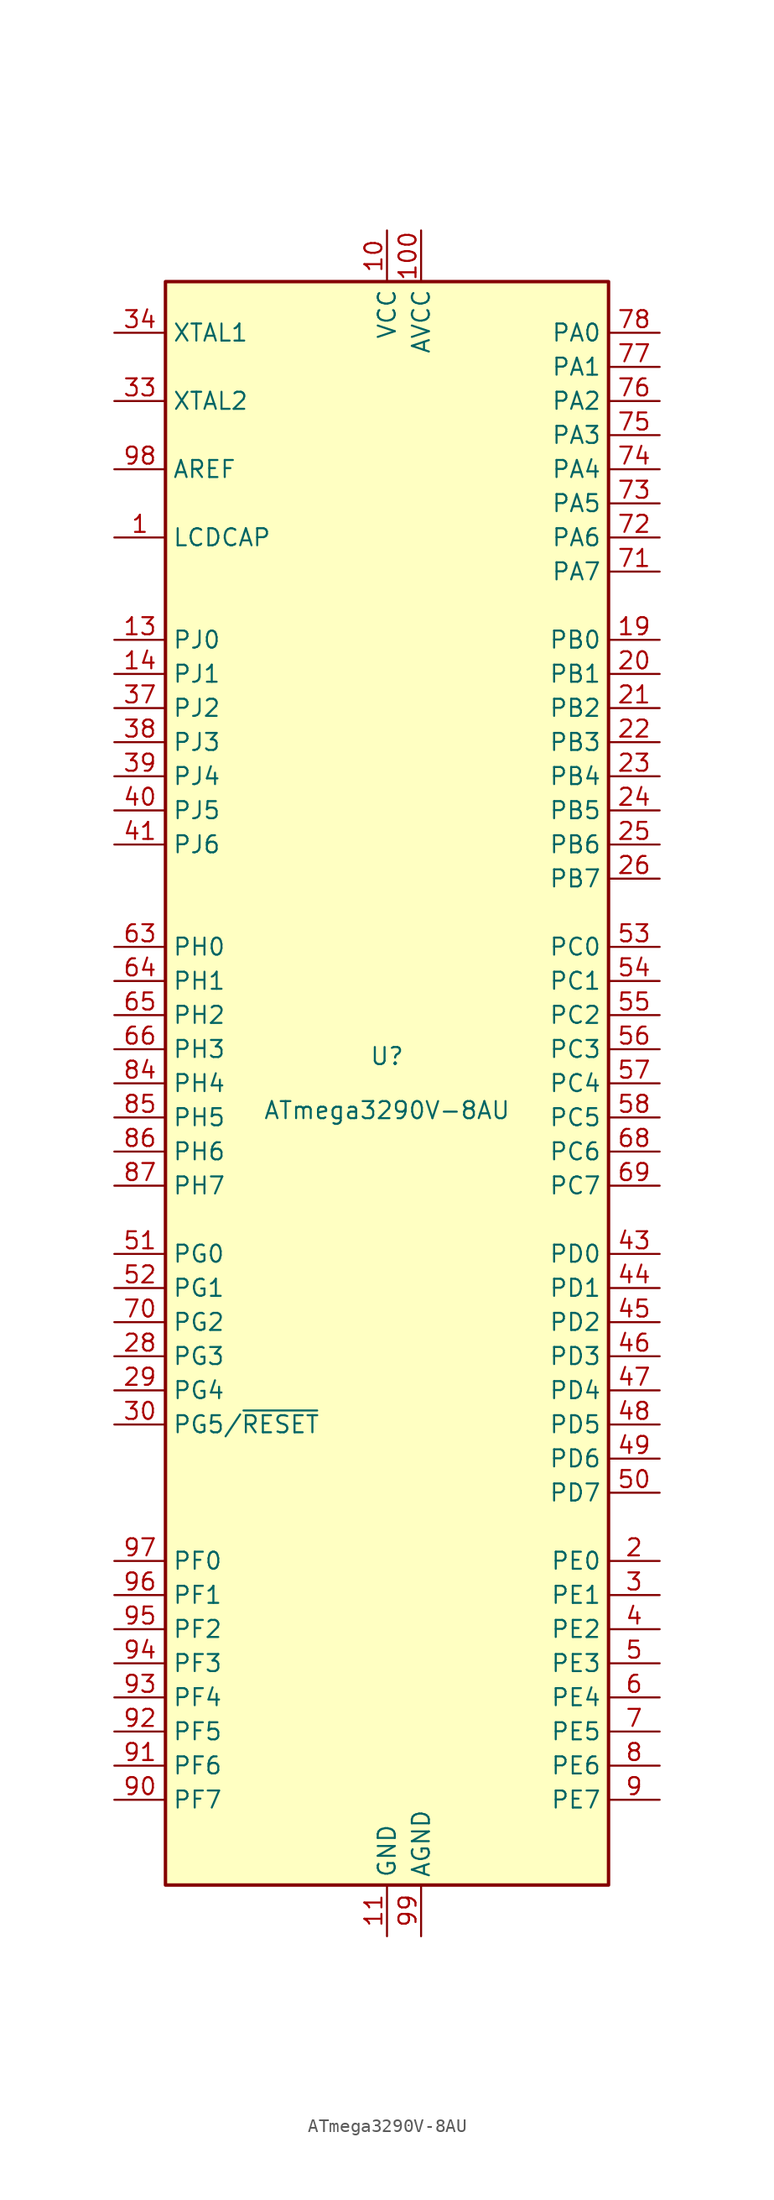
<source format=kicad_sym>
(kicad_symbol_lib
  (version 20211014)
  (generator kicad_symbol_editor)
  (symbol "ATmega3290V-8AU"
    (property "Reference" "U"
      (at 0 1.27 0)
      (effects (font (size 1.27 1.27)) (justify bottom)))
    (property "Value" "ATmega3290V-8AU"
      (at 0 -1.27 0)
      (effects (font (size 1.27 1.27)) (justify top)))
    (symbol "ATmega3290V-8AU_0_1"
      (rectangle (start -16.51 -59.69) (end 16.51 59.69) (stroke (width 0.254) (type default) (color 0 0 0 0)) (fill (type background))))
    (symbol "ATmega3290V-8AU_1_1"
      (pin passive line (at -20.32 40.64 0) (length 3.81) (name "LCDCAP" (effects (font (size 1.27 1.27)))) (number "1" (effects (font (size 1.27 1.27)))))
      (pin power_in line (at 0 63.5 270) (length 3.81) (name "VCC" (effects (font (size 1.27 1.27)))) (number "10" (effects (font (size 1.27 1.27)))))
      (pin power_in line (at 2.54 63.5 270) (length 3.81) (name "AVCC" (effects (font (size 1.27 1.27)))) (number "100" (effects (font (size 1.27 1.27)))))
      (pin power_in line (at 0 -63.5 90) (length 3.81) (name "GND" (effects (font (size 1.27 1.27)))) (number "11" (effects (font (size 1.27 1.27)))))
      (pin no_connect line (at -15.24 38.1 0) (length 2.54) hide (name "NC" (effects (font (size 1.27 1.27)))) (number "12" (effects (font (size 1.27 1.27)))))
      (pin bidirectional line (at -20.32 33.02 0) (length 3.81) (name "PJ0" (effects (font (size 1.27 1.27)))) (number "13" (effects (font (size 1.27 1.27)))))
      (pin bidirectional line (at -20.32 30.48 0) (length 3.81) (name "PJ1" (effects (font (size 1.27 1.27)))) (number "14" (effects (font (size 1.27 1.27)))))
      (pin no_connect line (at -15.24 35.56 0) (length 2.54) hide (name "NC" (effects (font (size 1.27 1.27)))) (number "15" (effects (font (size 1.27 1.27)))))
      (pin no_connect line (at -15.24 15.24 0) (length 2.54) hide (name "NC" (effects (font (size 1.27 1.27)))) (number "16" (effects (font (size 1.27 1.27)))))
      (pin no_connect line (at -15.24 12.7 0) (length 2.54) hide (name "NC" (effects (font (size 1.27 1.27)))) (number "17" (effects (font (size 1.27 1.27)))))
      (pin no_connect line (at -15.24 -10.16 0) (length 2.54) hide (name "NC" (effects (font (size 1.27 1.27)))) (number "18" (effects (font (size 1.27 1.27)))))
      (pin bidirectional line (at 20.32 33.02 180) (length 3.81) (name "PB0" (effects (font (size 1.27 1.27)))) (number "19" (effects (font (size 1.27 1.27)))))
      (pin bidirectional line (at 20.32 -35.56 180) (length 3.81) (name "PE0" (effects (font (size 1.27 1.27)))) (number "2" (effects (font (size 1.27 1.27)))))
      (pin bidirectional line (at 20.32 30.48 180) (length 3.81) (name "PB1" (effects (font (size 1.27 1.27)))) (number "20" (effects (font (size 1.27 1.27)))))
      (pin bidirectional line (at 20.32 27.94 180) (length 3.81) (name "PB2" (effects (font (size 1.27 1.27)))) (number "21" (effects (font (size 1.27 1.27)))))
      (pin bidirectional line (at 20.32 25.4 180) (length 3.81) (name "PB3" (effects (font (size 1.27 1.27)))) (number "22" (effects (font (size 1.27 1.27)))))
      (pin bidirectional line (at 20.32 22.86 180) (length 3.81) (name "PB4" (effects (font (size 1.27 1.27)))) (number "23" (effects (font (size 1.27 1.27)))))
      (pin bidirectional line (at 20.32 20.32 180) (length 3.81) (name "PB5" (effects (font (size 1.27 1.27)))) (number "24" (effects (font (size 1.27 1.27)))))
      (pin bidirectional line (at 20.32 17.78 180) (length 3.81) (name "PB6" (effects (font (size 1.27 1.27)))) (number "25" (effects (font (size 1.27 1.27)))))
      (pin bidirectional line (at 20.32 15.24 180) (length 3.81) (name "PB7" (effects (font (size 1.27 1.27)))) (number "26" (effects (font (size 1.27 1.27)))))
      (pin no_connect line (at -15.24 -27.94 0) (length 2.54) hide (name "NC" (effects (font (size 1.27 1.27)))) (number "27" (effects (font (size 1.27 1.27)))))
      (pin bidirectional line (at -20.32 -20.32 0) (length 3.81) (name "PG3" (effects (font (size 1.27 1.27)))) (number "28" (effects (font (size 1.27 1.27)))))
      (pin bidirectional line (at -20.32 -22.86 0) (length 3.81) (name "PG4" (effects (font (size 1.27 1.27)))) (number "29" (effects (font (size 1.27 1.27)))))
      (pin bidirectional line (at 20.32 -38.1 180) (length 3.81) (name "PE1" (effects (font (size 1.27 1.27)))) (number "3" (effects (font (size 1.27 1.27)))))
      (pin bidirectional line (at -20.32 -25.4 0) (length 3.81) (name "PG5/~{RESET}" (effects (font (size 1.27 1.27)))) (number "30" (effects (font (size 1.27 1.27)))))
      (pin passive line (at 0 63.5 270) (length 3.81) hide (name "VCC" (effects (font (size 1.27 1.27)))) (number "31" (effects (font (size 1.27 1.27)))))
      (pin passive line (at 0 -63.5 90) (length 3.81) hide (name "GND" (effects (font (size 1.27 1.27)))) (number "32" (effects (font (size 1.27 1.27)))))
      (pin output line (at -20.32 50.8 0) (length 3.81) (name "XTAL2" (effects (font (size 1.27 1.27)))) (number "33" (effects (font (size 1.27 1.27)))))
      (pin input line (at -20.32 55.88 0) (length 3.81) (name "XTAL1" (effects (font (size 1.27 1.27)))) (number "34" (effects (font (size 1.27 1.27)))))
      (pin no_connect line (at -15.24 -30.48 0) (length 2.54) hide (name "NC" (effects (font (size 1.27 1.27)))) (number "35" (effects (font (size 1.27 1.27)))))
      (pin no_connect line (at -15.24 -33.02 0) (length 2.54) hide (name "NC" (effects (font (size 1.27 1.27)))) (number "36" (effects (font (size 1.27 1.27)))))
      (pin bidirectional line (at -20.32 27.94 0) (length 3.81) (name "PJ2" (effects (font (size 1.27 1.27)))) (number "37" (effects (font (size 1.27 1.27)))))
      (pin bidirectional line (at -20.32 25.4 0) (length 3.81) (name "PJ3" (effects (font (size 1.27 1.27)))) (number "38" (effects (font (size 1.27 1.27)))))
      (pin bidirectional line (at -20.32 22.86 0) (length 3.81) (name "PJ4" (effects (font (size 1.27 1.27)))) (number "39" (effects (font (size 1.27 1.27)))))
      (pin bidirectional line (at 20.32 -40.64 180) (length 3.81) (name "PE2" (effects (font (size 1.27 1.27)))) (number "4" (effects (font (size 1.27 1.27)))))
      (pin bidirectional line (at -20.32 20.32 0) (length 3.81) (name "PJ5" (effects (font (size 1.27 1.27)))) (number "40" (effects (font (size 1.27 1.27)))))
      (pin bidirectional line (at -20.32 17.78 0) (length 3.81) (name "PJ6" (effects (font (size 1.27 1.27)))) (number "41" (effects (font (size 1.27 1.27)))))
      (pin no_connect line (at -15.24 -58.42 90) (length 2.54) hide (name "NC" (effects (font (size 1.27 1.27)))) (number "42" (effects (font (size 1.27 1.27)))))
      (pin bidirectional line (at 20.32 -12.7 180) (length 3.81) (name "PD0" (effects (font (size 1.27 1.27)))) (number "43" (effects (font (size 1.27 1.27)))))
      (pin bidirectional line (at 20.32 -15.24 180) (length 3.81) (name "PD1" (effects (font (size 1.27 1.27)))) (number "44" (effects (font (size 1.27 1.27)))))
      (pin bidirectional line (at 20.32 -17.78 180) (length 3.81) (name "PD2" (effects (font (size 1.27 1.27)))) (number "45" (effects (font (size 1.27 1.27)))))
      (pin bidirectional line (at 20.32 -20.32 180) (length 3.81) (name "PD3" (effects (font (size 1.27 1.27)))) (number "46" (effects (font (size 1.27 1.27)))))
      (pin bidirectional line (at 20.32 -22.86 180) (length 3.81) (name "PD4" (effects (font (size 1.27 1.27)))) (number "47" (effects (font (size 1.27 1.27)))))
      (pin bidirectional line (at 20.32 -25.4 180) (length 3.81) (name "PD5" (effects (font (size 1.27 1.27)))) (number "48" (effects (font (size 1.27 1.27)))))
      (pin bidirectional line (at 20.32 -27.94 180) (length 3.81) (name "PD6" (effects (font (size 1.27 1.27)))) (number "49" (effects (font (size 1.27 1.27)))))
      (pin bidirectional line (at 20.32 -43.18 180) (length 3.81) (name "PE3" (effects (font (size 1.27 1.27)))) (number "5" (effects (font (size 1.27 1.27)))))
      (pin bidirectional line (at 20.32 -30.48 180) (length 3.81) (name "PD7" (effects (font (size 1.27 1.27)))) (number "50" (effects (font (size 1.27 1.27)))))
      (pin bidirectional line (at -20.32 -12.7 0) (length 3.81) (name "PG0" (effects (font (size 1.27 1.27)))) (number "51" (effects (font (size 1.27 1.27)))))
      (pin bidirectional line (at -20.32 -15.24 0) (length 3.81) (name "PG1" (effects (font (size 1.27 1.27)))) (number "52" (effects (font (size 1.27 1.27)))))
      (pin bidirectional line (at 20.32 10.16 180) (length 3.81) (name "PC0" (effects (font (size 1.27 1.27)))) (number "53" (effects (font (size 1.27 1.27)))))
      (pin bidirectional line (at 20.32 7.62 180) (length 3.81) (name "PC1" (effects (font (size 1.27 1.27)))) (number "54" (effects (font (size 1.27 1.27)))))
      (pin bidirectional line (at 20.32 5.08 180) (length 3.81) (name "PC2" (effects (font (size 1.27 1.27)))) (number "55" (effects (font (size 1.27 1.27)))))
      (pin bidirectional line (at 20.32 2.54 180) (length 3.81) (name "PC3" (effects (font (size 1.27 1.27)))) (number "56" (effects (font (size 1.27 1.27)))))
      (pin bidirectional line (at 20.32 0 180) (length 3.81) (name "PC4" (effects (font (size 1.27 1.27)))) (number "57" (effects (font (size 1.27 1.27)))))
      (pin bidirectional line (at 20.32 -2.54 180) (length 3.81) (name "PC5" (effects (font (size 1.27 1.27)))) (number "58" (effects (font (size 1.27 1.27)))))
      (pin no_connect line (at -12.7 -58.42 90) (length 2.54) hide (name "NC" (effects (font (size 1.27 1.27)))) (number "59" (effects (font (size 1.27 1.27)))))
      (pin bidirectional line (at 20.32 -45.72 180) (length 3.81) (name "PE4" (effects (font (size 1.27 1.27)))) (number "6" (effects (font (size 1.27 1.27)))))
      (pin no_connect line (at -10.16 -58.42 90) (length 2.54) hide (name "NC" (effects (font (size 1.27 1.27)))) (number "60" (effects (font (size 1.27 1.27)))))
      (pin no_connect line (at -7.62 -58.42 90) (length 2.54) hide (name "NC" (effects (font (size 1.27 1.27)))) (number "61" (effects (font (size 1.27 1.27)))))
      (pin no_connect line (at -5.08 -58.42 90) (length 2.54) hide (name "NC" (effects (font (size 1.27 1.27)))) (number "62" (effects (font (size 1.27 1.27)))))
      (pin bidirectional line (at -20.32 10.16 0) (length 3.81) (name "PH0" (effects (font (size 1.27 1.27)))) (number "63" (effects (font (size 1.27 1.27)))))
      (pin bidirectional line (at -20.32 7.62 0) (length 3.81) (name "PH1" (effects (font (size 1.27 1.27)))) (number "64" (effects (font (size 1.27 1.27)))))
      (pin bidirectional line (at -20.32 5.08 0) (length 3.81) (name "PH2" (effects (font (size 1.27 1.27)))) (number "65" (effects (font (size 1.27 1.27)))))
      (pin bidirectional line (at -20.32 2.54 0) (length 3.81) (name "PH3" (effects (font (size 1.27 1.27)))) (number "66" (effects (font (size 1.27 1.27)))))
      (pin no_connect line (at -2.54 -58.42 90) (length 2.54) hide (name "NC" (effects (font (size 1.27 1.27)))) (number "67" (effects (font (size 1.27 1.27)))))
      (pin bidirectional line (at 20.32 -5.08 180) (length 3.81) (name "PC6" (effects (font (size 1.27 1.27)))) (number "68" (effects (font (size 1.27 1.27)))))
      (pin bidirectional line (at 20.32 -7.62 180) (length 3.81) (name "PC7" (effects (font (size 1.27 1.27)))) (number "69" (effects (font (size 1.27 1.27)))))
      (pin bidirectional line (at 20.32 -48.26 180) (length 3.81) (name "PE5" (effects (font (size 1.27 1.27)))) (number "7" (effects (font (size 1.27 1.27)))))
      (pin bidirectional line (at -20.32 -17.78 0) (length 3.81) (name "PG2" (effects (font (size 1.27 1.27)))) (number "70" (effects (font (size 1.27 1.27)))))
      (pin bidirectional line (at 20.32 38.1 180) (length 3.81) (name "PA7" (effects (font (size 1.27 1.27)))) (number "71" (effects (font (size 1.27 1.27)))))
      (pin bidirectional line (at 20.32 40.64 180) (length 3.81) (name "PA6" (effects (font (size 1.27 1.27)))) (number "72" (effects (font (size 1.27 1.27)))))
      (pin bidirectional line (at 20.32 43.18 180) (length 3.81) (name "PA5" (effects (font (size 1.27 1.27)))) (number "73" (effects (font (size 1.27 1.27)))))
      (pin bidirectional line (at 20.32 45.72 180) (length 3.81) (name "PA4" (effects (font (size 1.27 1.27)))) (number "74" (effects (font (size 1.27 1.27)))))
      (pin bidirectional line (at 20.32 48.26 180) (length 3.81) (name "PA3" (effects (font (size 1.27 1.27)))) (number "75" (effects (font (size 1.27 1.27)))))
      (pin bidirectional line (at 20.32 50.8 180) (length 3.81) (name "PA2" (effects (font (size 1.27 1.27)))) (number "76" (effects (font (size 1.27 1.27)))))
      (pin bidirectional line (at 20.32 53.34 180) (length 3.81) (name "PA1" (effects (font (size 1.27 1.27)))) (number "77" (effects (font (size 1.27 1.27)))))
      (pin bidirectional line (at 20.32 55.88 180) (length 3.81) (name "PA0" (effects (font (size 1.27 1.27)))) (number "78" (effects (font (size 1.27 1.27)))))
      (pin no_connect line (at 5.08 -58.42 90) (length 2.54) hide (name "NC" (effects (font (size 1.27 1.27)))) (number "79" (effects (font (size 1.27 1.27)))))
      (pin bidirectional line (at 20.32 -50.8 180) (length 3.81) (name "PE6" (effects (font (size 1.27 1.27)))) (number "8" (effects (font (size 1.27 1.27)))))
      (pin passive line (at 0 63.5 270) (length 3.81) hide (name "VCC" (effects (font (size 1.27 1.27)))) (number "80" (effects (font (size 1.27 1.27)))))
      (pin passive line (at 0 -63.5 90) (length 3.81) hide (name "GND" (effects (font (size 1.27 1.27)))) (number "81" (effects (font (size 1.27 1.27)))))
      (pin no_connect line (at 7.62 -58.42 90) (length 2.54) hide (name "NC" (effects (font (size 1.27 1.27)))) (number "82" (effects (font (size 1.27 1.27)))))
      (pin no_connect line (at 10.16 -58.42 90) (length 2.54) hide (name "NC" (effects (font (size 1.27 1.27)))) (number "83" (effects (font (size 1.27 1.27)))))
      (pin bidirectional line (at -20.32 0 0) (length 3.81) (name "PH4" (effects (font (size 1.27 1.27)))) (number "84" (effects (font (size 1.27 1.27)))))
      (pin bidirectional line (at -20.32 -2.54 0) (length 3.81) (name "PH5" (effects (font (size 1.27 1.27)))) (number "85" (effects (font (size 1.27 1.27)))))
      (pin bidirectional line (at -20.32 -5.08 0) (length 3.81) (name "PH6" (effects (font (size 1.27 1.27)))) (number "86" (effects (font (size 1.27 1.27)))))
      (pin bidirectional line (at -20.32 -7.62 0) (length 3.81) (name "PH7" (effects (font (size 1.27 1.27)))) (number "87" (effects (font (size 1.27 1.27)))))
      (pin no_connect line (at 12.7 -58.42 90) (length 2.54) hide (name "NC" (effects (font (size 1.27 1.27)))) (number "88" (effects (font (size 1.27 1.27)))))
      (pin no_connect line (at 15.24 -58.42 90) (length 2.54) hide (name "NC" (effects (font (size 1.27 1.27)))) (number "89" (effects (font (size 1.27 1.27)))))
      (pin bidirectional line (at 20.32 -53.34 180) (length 3.81) (name "PE7" (effects (font (size 1.27 1.27)))) (number "9" (effects (font (size 1.27 1.27)))))
      (pin bidirectional line (at -20.32 -53.34 0) (length 3.81) (name "PF7" (effects (font (size 1.27 1.27)))) (number "90" (effects (font (size 1.27 1.27)))))
      (pin bidirectional line (at -20.32 -50.8 0) (length 3.81) (name "PF6" (effects (font (size 1.27 1.27)))) (number "91" (effects (font (size 1.27 1.27)))))
      (pin bidirectional line (at -20.32 -48.26 0) (length 3.81) (name "PF5" (effects (font (size 1.27 1.27)))) (number "92" (effects (font (size 1.27 1.27)))))
      (pin bidirectional line (at -20.32 -45.72 0) (length 3.81) (name "PF4" (effects (font (size 1.27 1.27)))) (number "93" (effects (font (size 1.27 1.27)))))
      (pin bidirectional line (at -20.32 -43.18 0) (length 3.81) (name "PF3" (effects (font (size 1.27 1.27)))) (number "94" (effects (font (size 1.27 1.27)))))
      (pin bidirectional line (at -20.32 -40.64 0) (length 3.81) (name "PF2" (effects (font (size 1.27 1.27)))) (number "95" (effects (font (size 1.27 1.27)))))
      (pin bidirectional line (at -20.32 -38.1 0) (length 3.81) (name "PF1" (effects (font (size 1.27 1.27)))) (number "96" (effects (font (size 1.27 1.27)))))
      (pin bidirectional line (at -20.32 -35.56 0) (length 3.81) (name "PF0" (effects (font (size 1.27 1.27)))) (number "97" (effects (font (size 1.27 1.27)))))
      (pin passive line (at -20.32 45.72 0) (length 3.81) (name "AREF" (effects (font (size 1.27 1.27)))) (number "98" (effects (font (size 1.27 1.27)))))
      (pin power_in line (at 2.54 -63.5 90) (length 3.81) (name "AGND" (effects (font (size 1.27 1.27)))) (number "99" (effects (font (size 1.27 1.27))))))))
</source>
